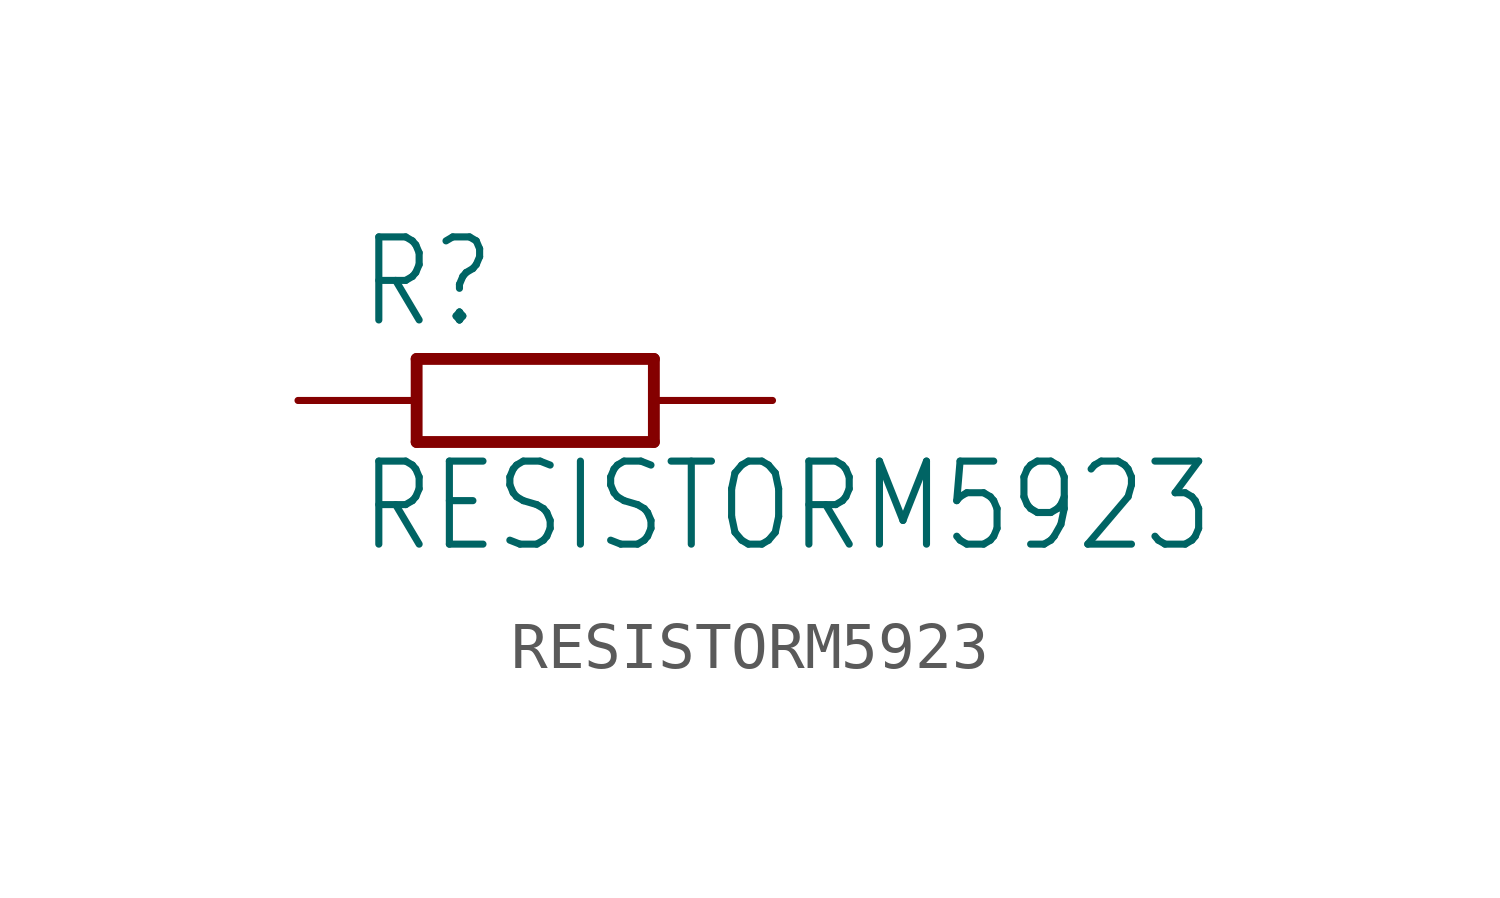
<source format=kicad_sym>
(kicad_symbol_lib
  (version 20211014)
  (generator kicad_symbol_editor)
  (symbol "RESISTORM5923"
    (property "Reference" "R"
      (at -3.81 1.499 0)
      (effects (font (size 1.778 1.511)) (justify left bottom)))
    (property "Value" "RESISTORM5923"
      (at -3.81 -3.302 0)
      (effects (font (size 1.778 1.511)) (justify left bottom)))
    (property "ki_locked" ""
      (at 0 0 0)
      (effects (font (size 1.27 1.27))))
    (symbol "RESISTORM5923_1_0"
      (polyline (pts (xy -2.54 -0.889) (xy -2.54 0.889)) (stroke (width 0.254) (type default) (color 0 0 0 0)) (fill (type none)))
      (polyline (pts (xy -2.54 -0.889) (xy 2.54 -0.889)) (stroke (width 0.254) (type default) (color 0 0 0 0)) (fill (type none)))
      (polyline (pts (xy 2.54 -0.889) (xy 2.54 0.889)) (stroke (width 0.254) (type default) (color 0 0 0 0)) (fill (type none)))
      (polyline (pts (xy 2.54 0.889) (xy -2.54 0.889)) (stroke (width 0.254) (type default) (color 0 0 0 0)) (fill (type none)))
      (pin passive line (at -5.08 0 0) (length 2.54) (name "1" (effects (font (size 0 0)))) (number "1" (effects (font (size 0 0)))))
      (pin passive line (at 5.08 0 180) (length 2.54) (name "2" (effects (font (size 0 0)))) (number "2" (effects (font (size 0 0))))))))
</source>
